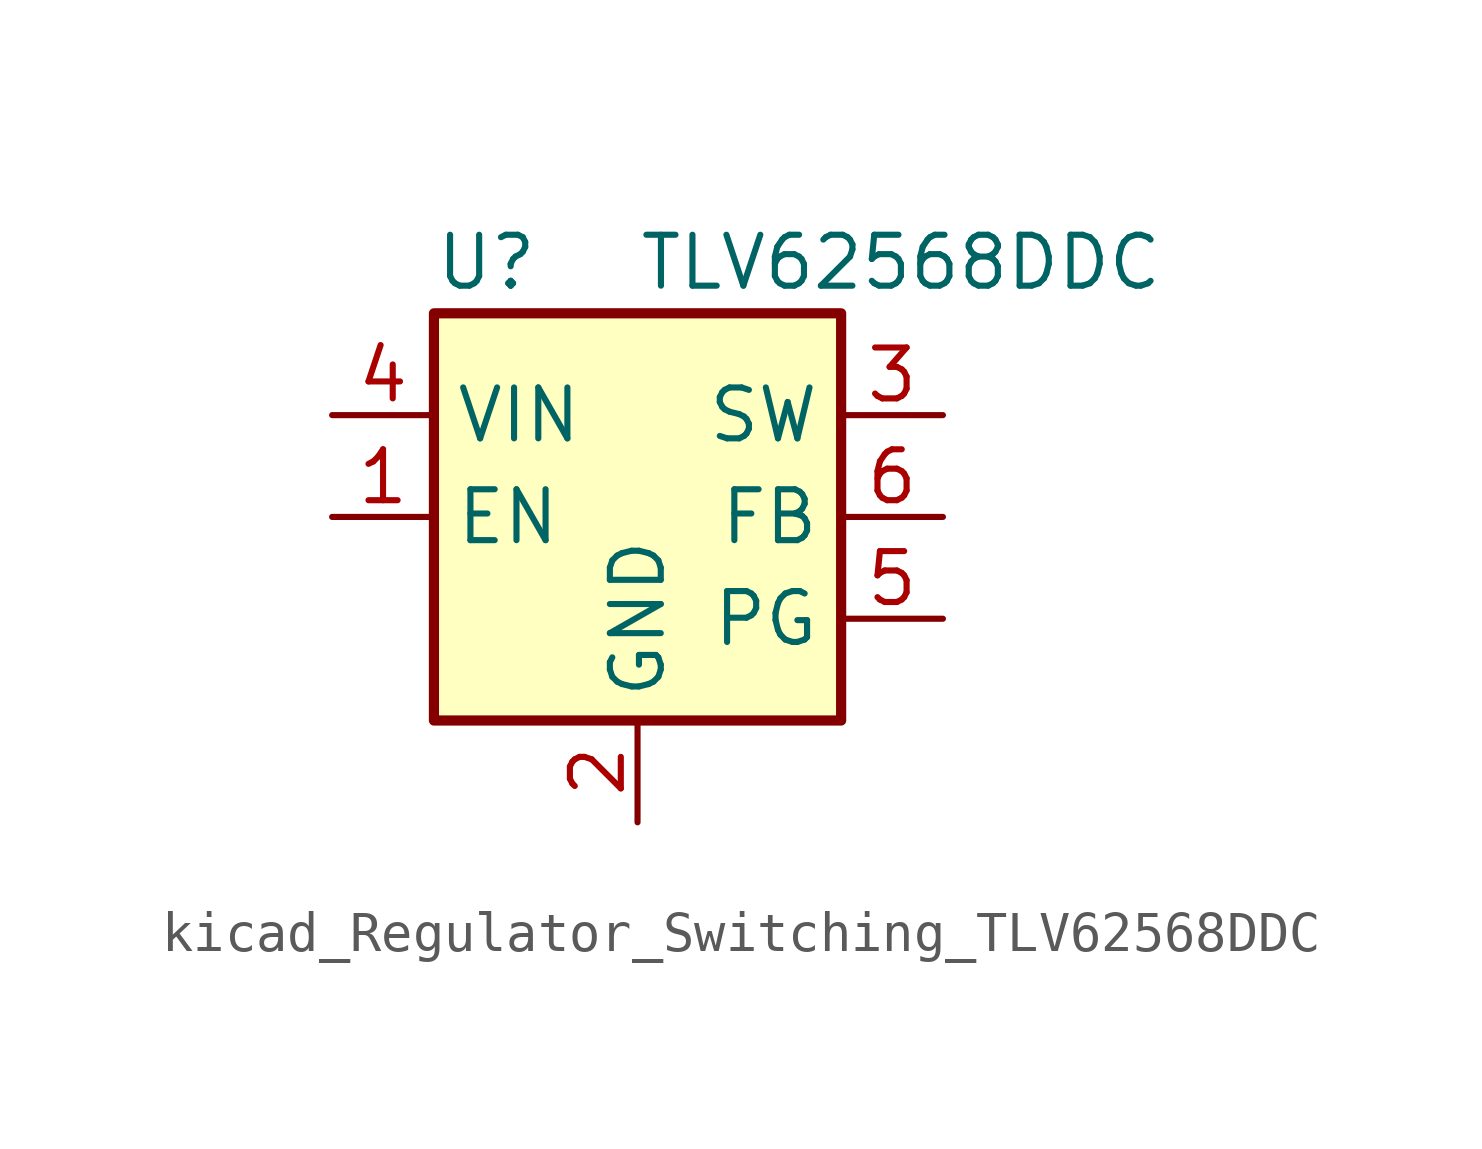
<source format=kicad_sym>
(kicad_symbol_lib
  (version 20220914)
  (generator kicad_symbol_editor)
  (symbol "kicad_Regulator_Switching_TLV62568DDC"
    (property "Reference" "U"
      (at -5.08 6.35 0)
      (effects (font (size 1.27 1.27)) (justify left)))
    (property "Value" "TLV62568DDC"
      (at 0 6.35 0)
      (effects (font (size 1.27 1.27)) (justify left)))
    (symbol "kicad_Regulator_Switching_TLV62568DDC_0_1"
      (rectangle (start -5.08 5.08) (end 5.08 -5.08) (stroke (width 0.254) (type default)) (fill (type background))))
    (symbol "kicad_Regulator_Switching_TLV62568DDC_1_1"
      (pin input line (at -7.62 0 0) (length 2.54) (name "EN" (effects (font (size 1.27 1.27)))) (number "1" (effects (font (size 1.27 1.27)))))
      (pin power_in line (at 0 -7.62 90) (length 2.54) (name "GND" (effects (font (size 1.27 1.27)))) (number "2" (effects (font (size 1.27 1.27)))))
      (pin power_out line (at 7.62 2.54 180) (length 2.54) (name "SW" (effects (font (size 1.27 1.27)))) (number "3" (effects (font (size 1.27 1.27)))))
      (pin power_in line (at -7.62 2.54 0) (length 2.54) (name "VIN" (effects (font (size 1.27 1.27)))) (number "4" (effects (font (size 1.27 1.27)))))
      (pin open_collector line (at 7.62 -2.54 180) (length 2.54) (name "PG" (effects (font (size 1.27 1.27)))) (number "5" (effects (font (size 1.27 1.27)))))
      (pin input line (at 7.62 0 180) (length 2.54) (name "FB" (effects (font (size 1.27 1.27)))) (number "6" (effects (font (size 1.27 1.27))))))))
</source>
